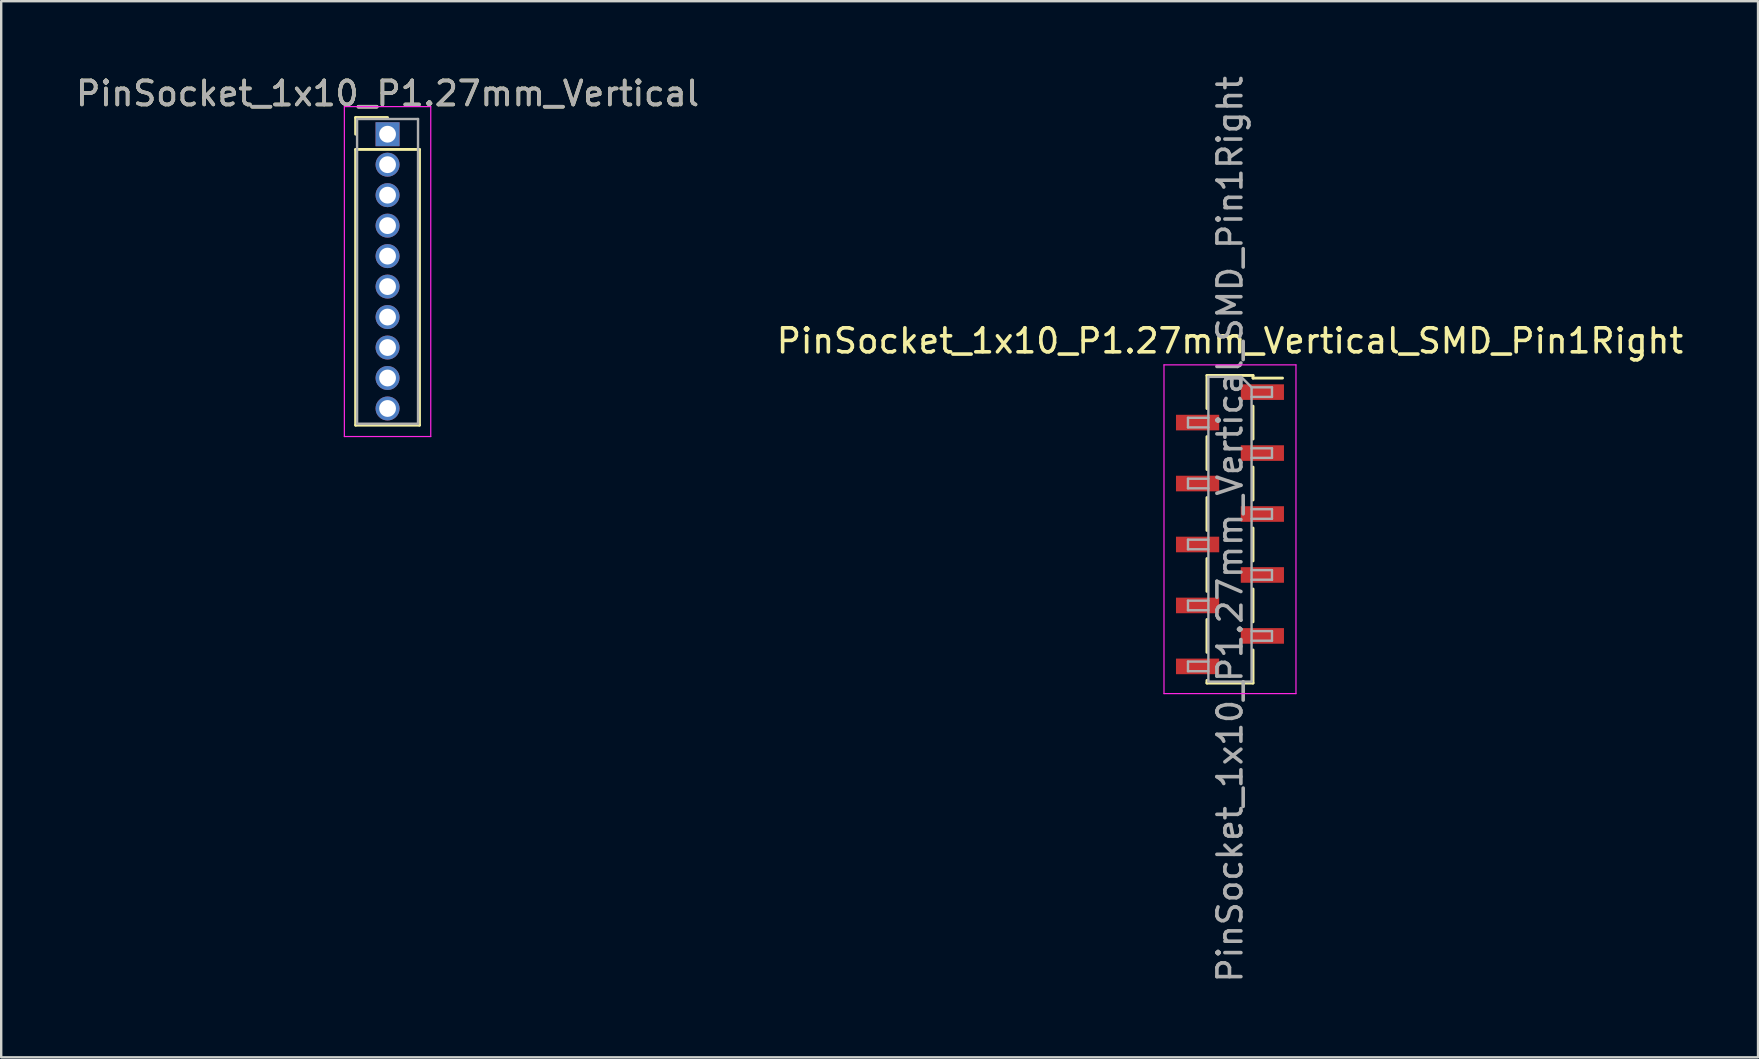
<source format=kicad_pcb>
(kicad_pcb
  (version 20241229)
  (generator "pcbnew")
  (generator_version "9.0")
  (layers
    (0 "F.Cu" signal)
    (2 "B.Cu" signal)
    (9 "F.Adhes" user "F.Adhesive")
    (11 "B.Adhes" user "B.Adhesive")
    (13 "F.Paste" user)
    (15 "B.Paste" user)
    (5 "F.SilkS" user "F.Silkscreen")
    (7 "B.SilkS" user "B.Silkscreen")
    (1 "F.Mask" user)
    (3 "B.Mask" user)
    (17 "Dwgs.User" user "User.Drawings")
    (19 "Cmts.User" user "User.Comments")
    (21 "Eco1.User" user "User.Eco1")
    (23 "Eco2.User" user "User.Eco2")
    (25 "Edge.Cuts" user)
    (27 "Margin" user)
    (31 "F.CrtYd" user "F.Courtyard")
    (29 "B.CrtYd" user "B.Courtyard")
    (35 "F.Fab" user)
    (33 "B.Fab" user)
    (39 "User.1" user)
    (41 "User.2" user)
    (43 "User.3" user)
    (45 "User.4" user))
  (footprint "PinSocket_1x10_P1.27mm_Vertical"
    (layer "F.Cu")
    (at 13.101 2.543)
    (property "Reference" "PinSocket_1x10_P1.27mm_Vertical" (at 0 -1.695 0) (layer "F.SilkS") (effects (font (size 1 1) (thickness 0.15))))
    (attr through_hole)
    (fp_line (start -1.33 -0.695) (end 0 -0.695) (stroke (width 0.12) (type solid)) (layer "F.SilkS"))
    (fp_line (start -1.33 0) (end -1.33 -0.695) (stroke (width 0.12) (type solid)) (layer "F.SilkS"))
    (fp_line (start -1.33 0.635) (end -1.33 12.125) (stroke (width 0.12) (type solid)) (layer "F.SilkS"))
    (fp_line (start -1.33 12.125) (end 1.33 12.125) (stroke (width 0.12) (type solid)) (layer "F.SilkS"))
    (fp_line (start 1.33 0.635) (end -1.33 0.635) (stroke (width 0.12) (type solid)) (layer "F.SilkS"))
    (fp_line (start 1.33 12.125) (end 1.33 0.635) (stroke (width 0.12) (type solid)) (layer "F.SilkS"))
    (fp_line (start -1.8 -1.15) (end -1.8 12.6) (stroke (width 0.05) (type solid)) (layer "F.CrtYd"))
    (fp_line (start -1.8 12.6) (end 1.8 12.6) (stroke (width 0.05) (type solid)) (layer "F.CrtYd"))
    (fp_line (start 1.8 -1.15) (end -1.8 -1.15) (stroke (width 0.05) (type solid)) (layer "F.CrtYd"))
    (fp_line (start 1.8 12.6) (end 1.8 -1.15) (stroke (width 0.05) (type solid)) (layer "F.CrtYd"))
    (fp_line (start -1.27 -0.635) (end -1.27 12.065) (stroke (width 0.1) (type solid)) (layer "F.Fab"))
    (fp_line (start -1.27 12.065) (end 1.27 12.065) (stroke (width 0.1) (type solid)) (layer "F.Fab"))
    (fp_line (start 1.27 -0.635) (end -1.27 -0.635) (stroke (width 0.1) (type solid)) (layer "F.Fab"))
    (fp_line (start 1.27 12.065) (end 1.27 -0.635) (stroke (width 0.1) (type solid)) (layer "F.Fab"))
    (fp_text user "${REFERENCE}" (at 0 -1.695 0) (layer "F.Fab") (effects (font (size 1 1) (thickness 0.15))))
    (pad "1" thru_hole rect (at 0 0) (size 1 1) (drill 0.7) (layers "*.Cu" "*.Mask"))
    (pad "2" thru_hole oval (at 0 1.27) (size 1 1) (drill 0.7) (layers "*.Cu" "*.Mask"))
    (pad "3" thru_hole oval (at 0 2.54) (size 1 1) (drill 0.7) (layers "*.Cu" "*.Mask"))
    (pad "4" thru_hole oval (at 0 3.81) (size 1 1) (drill 0.7) (layers "*.Cu" "*.Mask"))
    (pad "5" thru_hole oval (at 0 5.08) (size 1 1) (drill 0.7) (layers "*.Cu" "*.Mask"))
    (pad "6" thru_hole oval (at 0 6.35) (size 1 1) (drill 0.7) (layers "*.Cu" "*.Mask"))
    (pad "7" thru_hole oval (at 0 7.62) (size 1 1) (drill 0.7) (layers "*.Cu" "*.Mask"))
    (pad "8" thru_hole oval (at 0 8.89) (size 1 1) (drill 0.7) (layers "*.Cu" "*.Mask"))
    (pad "9" thru_hole oval (at 0 10.16) (size 1 1) (drill 0.7) (layers "*.Cu" "*.Mask"))
    (pad "10" thru_hole oval (at 0 11.43) (size 1 1) (drill 0.7) (layers "*.Cu" "*.Mask")))
  (footprint "PinSocket_1x10_P1.27mm_Vertical_SMD_Pin1Right"
    (layer "F.Cu")
    (at 48.208 19.006)
    (property "Reference" "PinSocket_1x10_P1.27mm_Vertical_SMD_Pin1Right" (at 0 -7.85 0) (layer "F.SilkS") (effects (font (size 1 1) (thickness 0.15))))
    (attr smd)
    (fp_line (start -0.96 -6.41) (end -0.96 -5.03) (stroke (width 0.12) (type solid)) (layer "F.SilkS"))
    (fp_line (start -0.96 -6.41) (end 0.96 -6.41) (stroke (width 0.12) (type solid)) (layer "F.SilkS"))
    (fp_line (start -0.96 -3.86) (end -0.96 -2.49) (stroke (width 0.12) (type solid)) (layer "F.SilkS"))
    (fp_line (start -0.96 -1.32) (end -0.96 0.05) (stroke (width 0.12) (type solid)) (layer "F.SilkS"))
    (fp_line (start -0.96 1.22) (end -0.96 2.59) (stroke (width 0.12) (type solid)) (layer "F.SilkS"))
    (fp_line (start -0.96 3.76) (end -0.96 5.13) (stroke (width 0.12) (type solid)) (layer "F.SilkS"))
    (fp_line (start -0.96 6.3) (end -0.96 6.41) (stroke (width 0.12) (type solid)) (layer "F.SilkS"))
    (fp_line (start -0.96 6.41) (end 0.96 6.41) (stroke (width 0.12) (type solid)) (layer "F.SilkS"))
    (fp_line (start 0.96 -6.41) (end 0.96 -6.3) (stroke (width 0.12) (type solid)) (layer "F.SilkS"))
    (fp_line (start 0.96 -6.3) (end 2.19 -6.3) (stroke (width 0.12) (type solid)) (layer "F.SilkS"))
    (fp_line (start 0.96 -5.13) (end 0.96 -3.76) (stroke (width 0.12) (type solid)) (layer "F.SilkS"))
    (fp_line (start 0.96 -2.59) (end 0.96 -1.22) (stroke (width 0.12) (type solid)) (layer "F.SilkS"))
    (fp_line (start 0.96 -0.05) (end 0.96 1.32) (stroke (width 0.12) (type solid)) (layer "F.SilkS"))
    (fp_line (start 0.96 2.49) (end 0.96 3.86) (stroke (width 0.12) (type solid)) (layer "F.SilkS"))
    (fp_line (start 0.96 5.03) (end 0.96 6.41) (stroke (width 0.12) (type solid)) (layer "F.SilkS"))
    (fp_line (start -2.75 -6.85) (end 2.75 -6.85) (stroke (width 0.05) (type solid)) (layer "F.CrtYd"))
    (fp_line (start -2.75 6.85) (end -2.75 -6.85) (stroke (width 0.05) (type solid)) (layer "F.CrtYd"))
    (fp_line (start 2.75 -6.85) (end 2.75 6.85) (stroke (width 0.05) (type solid)) (layer "F.CrtYd"))
    (fp_line (start 2.75 6.85) (end -2.75 6.85) (stroke (width 0.05) (type solid)) (layer "F.CrtYd"))
    (fp_line (start -1.75 -4.645) (end -0.9 -4.645) (stroke (width 0.1) (type solid)) (layer "F.Fab"))
    (fp_line (start -1.75 -4.245) (end -1.75 -4.645) (stroke (width 0.1) (type solid)) (layer "F.Fab"))
    (fp_line (start -1.75 -2.105) (end -0.9 -2.105) (stroke (width 0.1) (type solid)) (layer "F.Fab"))
    (fp_line (start -1.75 -1.705) (end -1.75 -2.105) (stroke (width 0.1) (type solid)) (layer "F.Fab"))
    (fp_line (start -1.75 0.435) (end -0.9 0.435) (stroke (width 0.1) (type solid)) (layer "F.Fab"))
    (fp_line (start -1.75 0.835) (end -1.75 0.435) (stroke (width 0.1) (type solid)) (layer "F.Fab"))
    (fp_line (start -1.75 2.975) (end -0.9 2.975) (stroke (width 0.1) (type solid)) (layer "F.Fab"))
    (fp_line (start -1.75 3.375) (end -1.75 2.975) (stroke (width 0.1) (type solid)) (layer "F.Fab"))
    (fp_line (start -1.75 5.515) (end -0.9 5.515) (stroke (width 0.1) (type solid)) (layer "F.Fab"))
    (fp_line (start -1.75 5.915) (end -1.75 5.515) (stroke (width 0.1) (type solid)) (layer "F.Fab"))
    (fp_line (start -0.9 -6.35) (end 0.465 -6.35) (stroke (width 0.1) (type solid)) (layer "F.Fab"))
    (fp_line (start -0.9 -4.245) (end -1.75 -4.245) (stroke (width 0.1) (type solid)) (layer "F.Fab"))
    (fp_line (start -0.9 -1.705) (end -1.75 -1.705) (stroke (width 0.1) (type solid)) (layer "F.Fab"))
    (fp_line (start -0.9 0.835) (end -1.75 0.835) (stroke (width 0.1) (type solid)) (layer "F.Fab"))
    (fp_line (start -0.9 3.375) (end -1.75 3.375) (stroke (width 0.1) (type solid)) (layer "F.Fab"))
    (fp_line (start -0.9 5.915) (end -1.75 5.915) (stroke (width 0.1) (type solid)) (layer "F.Fab"))
    (fp_line (start -0.9 6.35) (end -0.9 -6.35) (stroke (width 0.1) (type solid)) (layer "F.Fab"))
    (fp_line (start 0.465 -6.35) (end 0.9 -5.915) (stroke (width 0.1) (type solid)) (layer "F.Fab"))
    (fp_line (start 0.9 -5.915) (end 0.9 6.35) (stroke (width 0.1) (type solid)) (layer "F.Fab"))
    (fp_line (start 0.9 -5.915) (end 1.75 -5.915) (stroke (width 0.1) (type solid)) (layer "F.Fab"))
    (fp_line (start 0.9 -3.375) (end 1.75 -3.375) (stroke (width 0.1) (type solid)) (layer "F.Fab"))
    (fp_line (start 0.9 -0.835) (end 1.75 -0.835) (stroke (width 0.1) (type solid)) (layer "F.Fab"))
    (fp_line (start 0.9 1.705) (end 1.75 1.705) (stroke (width 0.1) (type solid)) (layer "F.Fab"))
    (fp_line (start 0.9 4.245) (end 1.75 4.245) (stroke (width 0.1) (type solid)) (layer "F.Fab"))
    (fp_line (start 0.9 6.35) (end -0.9 6.35) (stroke (width 0.1) (type solid)) (layer "F.Fab"))
    (fp_line (start 1.75 -5.915) (end 1.75 -5.515) (stroke (width 0.1) (type solid)) (layer "F.Fab"))
    (fp_line (start 1.75 -5.515) (end 0.9 -5.515) (stroke (width 0.1) (type solid)) (layer "F.Fab"))
    (fp_line (start 1.75 -3.375) (end 1.75 -2.975) (stroke (width 0.1) (type solid)) (layer "F.Fab"))
    (fp_line (start 1.75 -2.975) (end 0.9 -2.975) (stroke (width 0.1) (type solid)) (layer "F.Fab"))
    (fp_line (start 1.75 -0.835) (end 1.75 -0.435) (stroke (width 0.1) (type solid)) (layer "F.Fab"))
    (fp_line (start 1.75 -0.435) (end 0.9 -0.435) (stroke (width 0.1) (type solid)) (layer "F.Fab"))
    (fp_line (start 1.75 1.705) (end 1.75 2.105) (stroke (width 0.1) (type solid)) (layer "F.Fab"))
    (fp_line (start 1.75 2.105) (end 0.9 2.105) (stroke (width 0.1) (type solid)) (layer "F.Fab"))
    (fp_line (start 1.75 4.245) (end 1.75 4.645) (stroke (width 0.1) (type solid)) (layer "F.Fab"))
    (fp_line (start 1.75 4.645) (end 0.9 4.645) (stroke (width 0.1) (type solid)) (layer "F.Fab"))
    (fp_text user "${REFERENCE}" (at 0 0 90) (layer "F.Fab") (effects (font (size 1 1) (thickness 0.15))))
    (pad "1" smd rect (at 1.35 -5.715) (size 1.8 0.65) (layers "F.Cu" "F.Mask" "F.Paste"))
    (pad "2" smd rect (at -1.35 -4.445) (size 1.8 0.65) (layers "F.Cu" "F.Mask" "F.Paste"))
    (pad "3" smd rect (at 1.35 -3.175) (size 1.8 0.65) (layers "F.Cu" "F.Mask" "F.Paste"))
    (pad "4" smd rect (at -1.35 -1.905) (size 1.8 0.65) (layers "F.Cu" "F.Mask" "F.Paste"))
    (pad "5" smd rect (at 1.35 -0.635) (size 1.8 0.65) (layers "F.Cu" "F.Mask" "F.Paste"))
    (pad "6" smd rect (at -1.35 0.635) (size 1.8 0.65) (layers "F.Cu" "F.Mask" "F.Paste"))
    (pad "7" smd rect (at 1.35 1.905) (size 1.8 0.65) (layers "F.Cu" "F.Mask" "F.Paste"))
    (pad "8" smd rect (at -1.35 3.175) (size 1.8 0.65) (layers "F.Cu" "F.Mask" "F.Paste"))
    (pad "9" smd rect (at 1.35 4.445) (size 1.8 0.65) (layers "F.Cu" "F.Mask" "F.Paste"))
    (pad "10" smd rect (at -1.35 5.715) (size 1.8 0.65) (layers "F.Cu" "F.Mask" "F.Paste")))
  (gr_rect
    (start -3 -3)
    (end 70.214 41.012)
    (stroke (width 0.1) (type default))
    (fill no)
    (layer "Edge.Cuts")))
</source>
